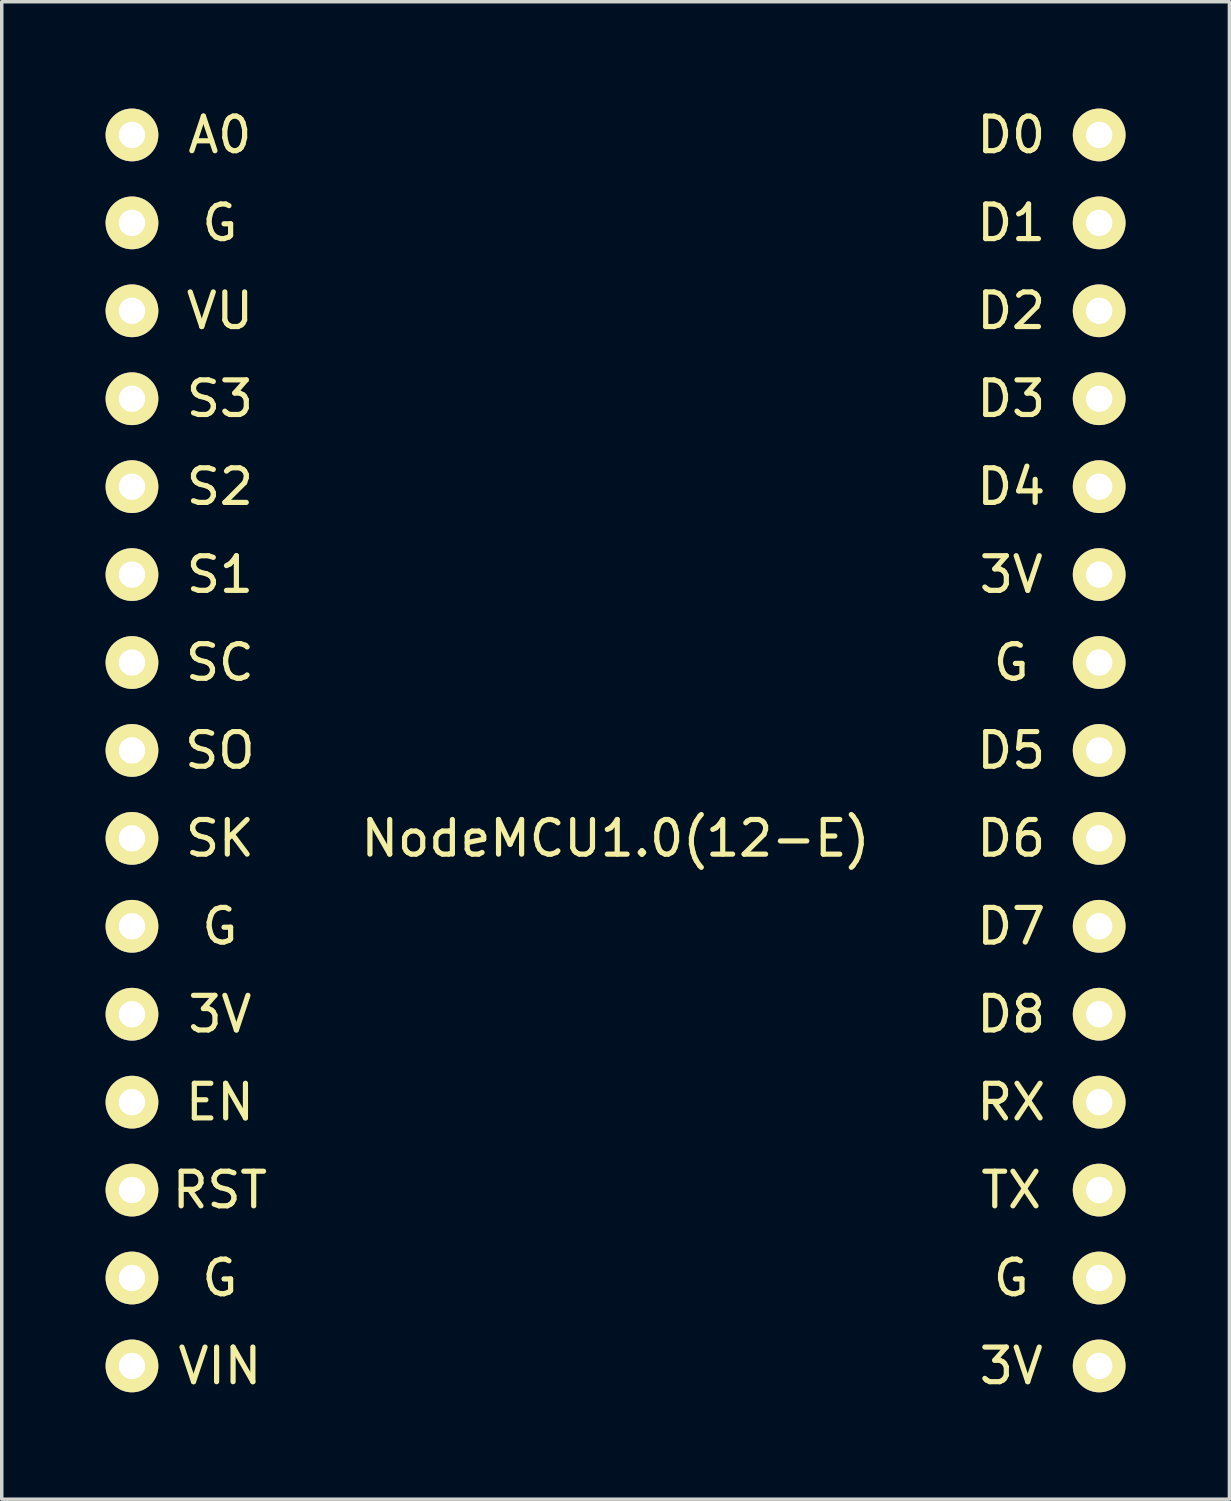
<source format=kicad_pcb>
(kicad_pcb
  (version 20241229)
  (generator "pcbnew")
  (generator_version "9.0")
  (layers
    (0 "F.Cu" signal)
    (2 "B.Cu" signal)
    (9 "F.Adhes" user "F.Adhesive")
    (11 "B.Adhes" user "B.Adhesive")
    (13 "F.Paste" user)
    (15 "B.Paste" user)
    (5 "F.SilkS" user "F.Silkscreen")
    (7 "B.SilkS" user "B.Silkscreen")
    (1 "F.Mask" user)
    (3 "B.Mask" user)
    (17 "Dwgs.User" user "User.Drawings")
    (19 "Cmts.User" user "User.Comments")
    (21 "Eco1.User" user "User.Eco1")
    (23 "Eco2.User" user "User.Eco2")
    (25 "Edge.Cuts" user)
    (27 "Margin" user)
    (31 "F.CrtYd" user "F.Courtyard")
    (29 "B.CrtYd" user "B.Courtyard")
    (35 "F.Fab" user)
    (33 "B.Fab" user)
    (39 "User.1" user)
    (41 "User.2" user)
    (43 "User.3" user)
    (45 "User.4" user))
  (footprint "NodeMCU1.0(12-E)"
    (layer "F.Cu")
    (at 14.732 21.168)
    (property "Reference" "NodeMCU1.0(12-E)" (at 0 0 0) (layer "F.SilkS") (effects (font (size 1 1) (thickness 0.15))))
    (attr through_hole)
    (fp_text user "D8" (at 11.43 5.08 0) (layer "F.SilkS") (effects (font (size 1 1) (thickness 0.15))))
    (fp_text user "D5" (at 11.43 -2.54 0) (layer "F.SilkS") (effects (font (size 1 1) (thickness 0.15))))
    (fp_text user "S3" (at -11.43 -12.7 0) (layer "F.SilkS") (effects (font (size 1 1) (thickness 0.15))))
    (fp_text user "G" (at 11.43 -5.08 0) (layer "F.SilkS") (effects (font (size 1 1) (thickness 0.15))))
    (fp_text user "RX" (at 11.43 7.62 0) (layer "F.SilkS") (effects (font (size 1 1) (thickness 0.15))))
    (fp_text user "3V" (at 11.43 -7.62 0) (layer "F.SilkS") (effects (font (size 1 1) (thickness 0.15))))
    (fp_text user "A0" (at -11.43 -20.32 0) (layer "F.SilkS") (effects (font (size 1 1) (thickness 0.15))))
    (fp_text user "D3" (at 11.43 -12.7 0) (layer "F.SilkS") (effects (font (size 1 1) (thickness 0.15))))
    (fp_text user "G" (at -11.43 -17.78 0) (layer "F.SilkS") (effects (font (size 1 1) (thickness 0.15))))
    (fp_text user "S2" (at -11.43 -10.16 0) (layer "F.SilkS") (effects (font (size 1 1) (thickness 0.15))))
    (fp_text user "G" (at -11.43 12.7 0) (layer "F.SilkS") (effects (font (size 1 1) (thickness 0.15))))
    (fp_text user "D2" (at 11.43 -15.24 0) (layer "F.SilkS") (effects (font (size 1 1) (thickness 0.15))))
    (fp_text user "3V" (at 11.43 15.24 0) (layer "F.SilkS") (effects (font (size 1 1) (thickness 0.15))))
    (fp_text user "D6" (at 11.43 0 0) (layer "F.SilkS") (effects (font (size 1 1) (thickness 0.15))))
    (fp_text user "3V" (at -11.43 5.08 0) (layer "F.SilkS") (effects (font (size 1 1) (thickness 0.15))))
    (fp_text user "RST" (at -11.43 10.16 0) (layer "F.SilkS") (effects (font (size 1 1) (thickness 0.15))))
    (fp_text user "S1" (at -11.43 -7.62 0) (layer "F.SilkS") (effects (font (size 1 1) (thickness 0.15))))
    (fp_text user "D1" (at 11.43 -17.78 0) (layer "F.SilkS") (effects (font (size 1 1) (thickness 0.15))))
    (fp_text user "SC" (at -11.43 -5.08 0) (layer "F.SilkS") (effects (font (size 1 1) (thickness 0.15))))
    (fp_text user "VIN" (at -11.43 15.24 0) (layer "F.SilkS") (effects (font (size 1 1) (thickness 0.15))))
    (fp_text user "D0" (at 11.43 -20.32 0) (layer "F.SilkS") (effects (font (size 1 1) (thickness 0.15))))
    (fp_text user "SO" (at -11.43 -2.54 0) (layer "F.SilkS") (effects (font (size 1 1) (thickness 0.15))))
    (fp_text user "VU" (at -11.43 -15.24 0) (layer "F.SilkS") (effects (font (size 1 1) (thickness 0.15))))
    (fp_text user "G" (at 11.43 12.7 0) (layer "F.SilkS") (effects (font (size 1 1) (thickness 0.15))))
    (fp_text user "G" (at -11.43 2.54 0) (layer "F.SilkS") (effects (font (size 1 1) (thickness 0.15))))
    (fp_text user "EN" (at -11.43 7.62 0) (layer "F.SilkS") (effects (font (size 1 1) (thickness 0.15))))
    (fp_text user "D7" (at 11.43 2.54 0) (layer "F.SilkS") (effects (font (size 1 1) (thickness 0.15))))
    (fp_text user "SK" (at -11.43 0 0) (layer "F.SilkS") (effects (font (size 1 1) (thickness 0.15))))
    (fp_text user "D4" (at 11.43 -10.16 0) (layer "F.SilkS") (effects (font (size 1 1) (thickness 0.15))))
    (fp_text user "TX" (at 11.43 10.16 0) (layer "F.SilkS") (effects (font (size 1 1) (thickness 0.15))))
    (pad "1" thru_hole circle (at -13.97 -20.32) (size 1.524 1.524) (drill 0.762) (layers "*.Cu" "*.Mask" "F.SilkS"))
    (pad "2" thru_hole circle (at -13.97 -17.78) (size 1.524 1.524) (drill 0.762) (layers "*.Cu" "*.Mask" "F.SilkS"))
    (pad "3" thru_hole circle (at -13.97 -15.24) (size 1.524 1.524) (drill 0.762) (layers "*.Cu" "*.Mask" "F.SilkS"))
    (pad "4" thru_hole circle (at -13.97 -12.7) (size 1.524 1.524) (drill 0.762) (layers "*.Cu" "*.Mask" "F.SilkS"))
    (pad "5" thru_hole circle (at -13.97 -10.16) (size 1.524 1.524) (drill 0.762) (layers "*.Cu" "*.Mask" "F.SilkS"))
    (pad "6" thru_hole circle (at -13.97 -7.62) (size 1.524 1.524) (drill 0.762) (layers "*.Cu" "*.Mask" "F.SilkS"))
    (pad "7" thru_hole circle (at -13.97 -5.08) (size 1.524 1.524) (drill 0.762) (layers "*.Cu" "*.Mask" "F.SilkS"))
    (pad "8" thru_hole circle (at -13.97 -2.54) (size 1.524 1.524) (drill 0.762) (layers "*.Cu" "*.Mask" "F.SilkS"))
    (pad "9" thru_hole circle (at -13.97 0) (size 1.524 1.524) (drill 0.762) (layers "*.Cu" "*.Mask" "F.SilkS"))
    (pad "10" thru_hole circle (at -13.97 2.54) (size 1.524 1.524) (drill 0.762) (layers "*.Cu" "*.Mask" "F.SilkS"))
    (pad "11" thru_hole circle (at -13.97 5.08) (size 1.524 1.524) (drill 0.762) (layers "*.Cu" "*.Mask" "F.SilkS"))
    (pad "12" thru_hole circle (at -13.97 7.62) (size 1.524 1.524) (drill 0.762) (layers "*.Cu" "*.Mask" "F.SilkS"))
    (pad "13" thru_hole circle (at -13.97 10.16) (size 1.524 1.524) (drill 0.762) (layers "*.Cu" "*.Mask" "F.SilkS"))
    (pad "14" thru_hole circle (at -13.97 12.7) (size 1.524 1.524) (drill 0.762) (layers "*.Cu" "*.Mask" "F.SilkS"))
    (pad "15" thru_hole circle (at -13.97 15.24) (size 1.524 1.524) (drill 0.762) (layers "*.Cu" "*.Mask" "F.SilkS"))
    (pad "16" thru_hole circle (at 13.97 15.24) (size 1.524 1.524) (drill 0.762) (layers "*.Cu" "*.Mask" "F.SilkS"))
    (pad "17" thru_hole circle (at 13.97 12.7) (size 1.524 1.524) (drill 0.762) (layers "*.Cu" "*.Mask" "F.SilkS"))
    (pad "18" thru_hole circle (at 13.97 10.16) (size 1.524 1.524) (drill 0.762) (layers "*.Cu" "*.Mask" "F.SilkS"))
    (pad "19" thru_hole circle (at 13.97 7.62) (size 1.524 1.524) (drill 0.762) (layers "*.Cu" "*.Mask" "F.SilkS"))
    (pad "20" thru_hole circle (at 13.97 5.08) (size 1.524 1.524) (drill 0.762) (layers "*.Cu" "*.Mask" "F.SilkS"))
    (pad "21" thru_hole circle (at 13.97 2.54) (size 1.524 1.524) (drill 0.762) (layers "*.Cu" "*.Mask" "F.SilkS"))
    (pad "22" thru_hole circle (at 13.97 0) (size 1.524 1.524) (drill 0.762) (layers "*.Cu" "*.Mask" "F.SilkS"))
    (pad "23" thru_hole circle (at 13.97 -2.54) (size 1.524 1.524) (drill 0.762) (layers "*.Cu" "*.Mask" "F.SilkS"))
    (pad "24" thru_hole circle (at 13.97 -5.08) (size 1.524 1.524) (drill 0.762) (layers "*.Cu" "*.Mask" "F.SilkS"))
    (pad "25" thru_hole circle (at 13.97 -7.62) (size 1.524 1.524) (drill 0.762) (layers "*.Cu" "*.Mask" "F.SilkS"))
    (pad "26" thru_hole circle (at 13.97 -10.16) (size 1.524 1.524) (drill 0.762) (layers "*.Cu" "*.Mask" "F.SilkS"))
    (pad "27" thru_hole circle (at 13.97 -12.7) (size 1.524 1.524) (drill 0.762) (layers "*.Cu" "*.Mask" "F.SilkS"))
    (pad "28" thru_hole circle (at 13.97 -15.24) (size 1.524 1.524) (drill 0.762) (layers "*.Cu" "*.Mask" "F.SilkS"))
    (pad "29" thru_hole circle (at 13.97 -17.78) (size 1.524 1.524) (drill 0.762) (layers "*.Cu" "*.Mask" "F.SilkS"))
    (pad "30" thru_hole circle (at 13.97 -20.32) (size 1.524 1.524) (drill 0.762) (layers "*.Cu" "*.Mask" "F.SilkS")))
  (gr_rect
    (start -3 -3)
    (end 32.464 40.257)
    (stroke (width 0.1) (type default))
    (fill no)
    (layer "Edge.Cuts")))
</source>
